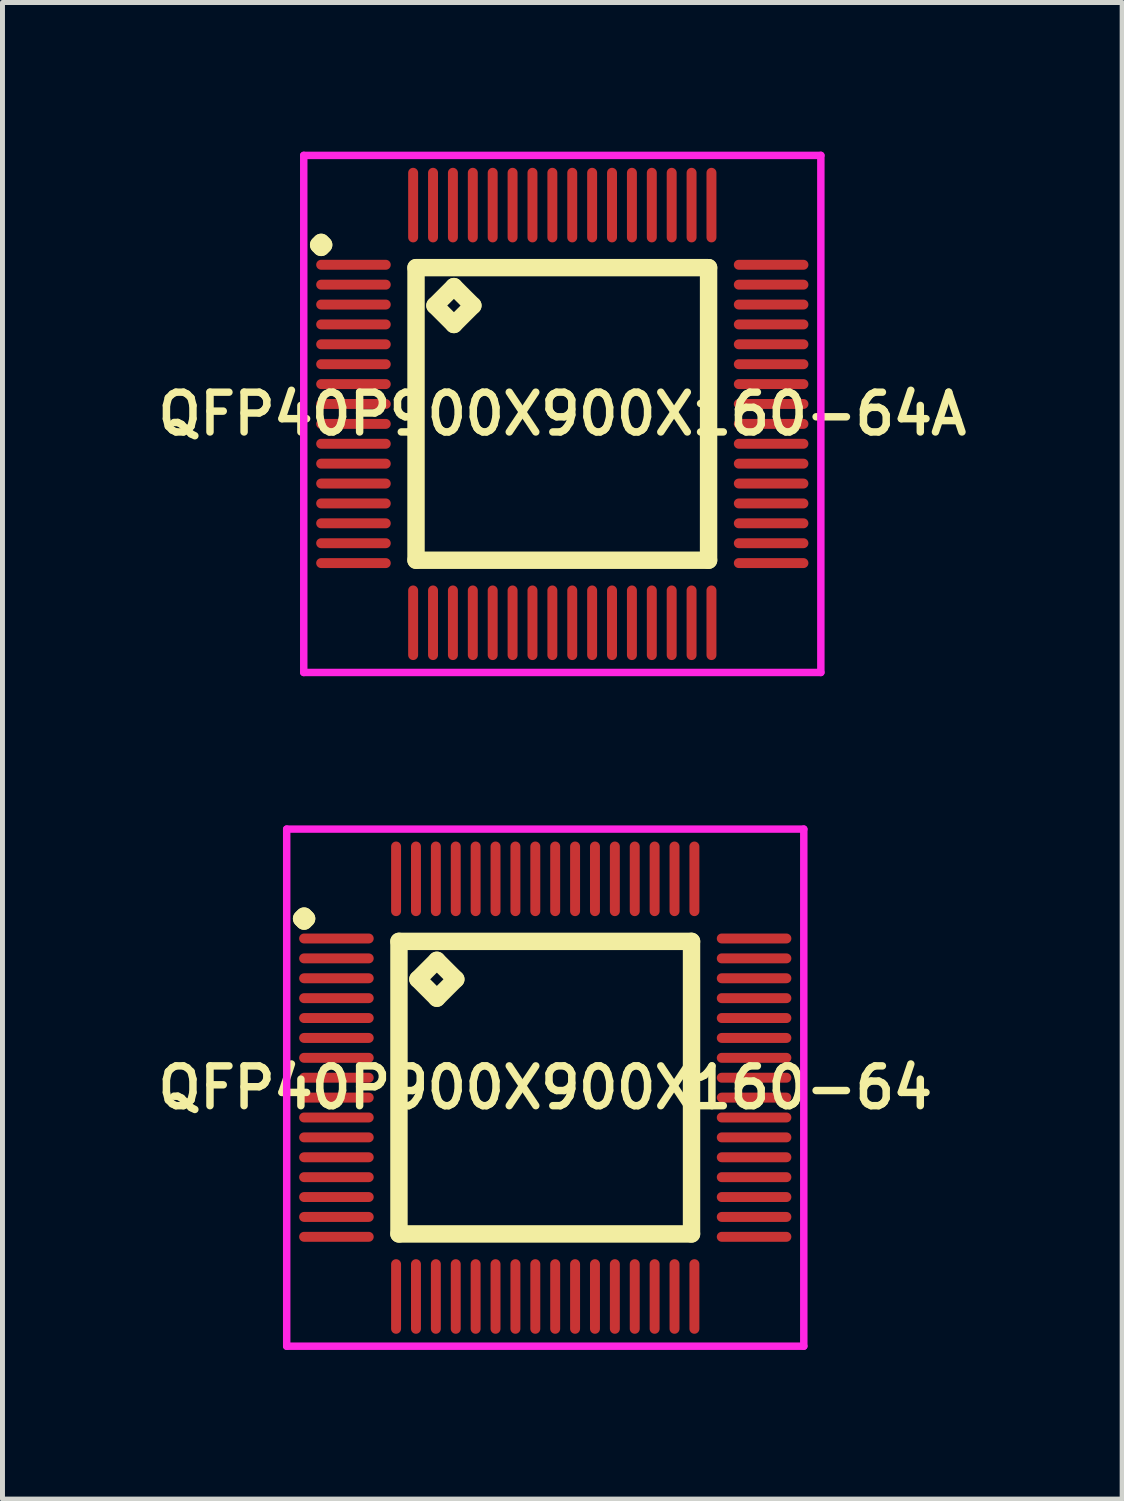
<source format=kicad_pcb>
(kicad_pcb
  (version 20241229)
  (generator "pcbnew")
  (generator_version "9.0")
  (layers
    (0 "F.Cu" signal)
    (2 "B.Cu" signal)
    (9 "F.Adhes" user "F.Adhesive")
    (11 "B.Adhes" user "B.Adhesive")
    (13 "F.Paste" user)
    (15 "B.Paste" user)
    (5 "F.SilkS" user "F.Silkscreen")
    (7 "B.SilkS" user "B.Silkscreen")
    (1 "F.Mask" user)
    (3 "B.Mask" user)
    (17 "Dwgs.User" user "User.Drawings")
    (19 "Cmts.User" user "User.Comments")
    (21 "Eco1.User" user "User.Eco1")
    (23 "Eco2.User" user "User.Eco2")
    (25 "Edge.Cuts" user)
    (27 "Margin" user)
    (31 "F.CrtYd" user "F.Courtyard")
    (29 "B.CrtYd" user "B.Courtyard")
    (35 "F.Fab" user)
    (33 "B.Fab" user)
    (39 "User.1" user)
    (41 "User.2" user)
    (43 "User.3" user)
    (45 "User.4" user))
  (footprint "QFP40P900X900X160-64A"
    (layer "F.Cu")
    (at 8.259 5.275)
    (property "Reference" "QFP40P900X900X160-64A" (at 0 0 0) (layer "F.SilkS") (effects (font (size 0.8 0.8) (thickness 0.15))))
    (attr smd)
    (fp_line (start -4.9 -3.4) (end -4.85 -3.45) (stroke (width 0.35) (type solid)) (layer "F.SilkS"))
    (fp_line (start -4.85 -3.45) (end -4.8 -3.4) (stroke (width 0.35) (type solid)) (layer "F.SilkS"))
    (fp_line (start -4.85 -3.35) (end -4.9 -3.4) (stroke (width 0.35) (type solid)) (layer "F.SilkS"))
    (fp_line (start -4.8 -3.4) (end -4.85 -3.35) (stroke (width 0.35) (type solid)) (layer "F.SilkS"))
    (fp_line (start -2.942 -2.942) (end -2.942 2.942) (stroke (width 0.35) (type solid)) (layer "F.SilkS"))
    (fp_line (start -2.942 2.942) (end 2.942 2.942) (stroke (width 0.35) (type solid)) (layer "F.SilkS"))
    (fp_line (start -2.561 -2.18) (end -2.18 -2.561) (stroke (width 0.35) (type solid)) (layer "F.SilkS"))
    (fp_line (start -2.18 -2.561) (end -1.799 -2.18) (stroke (width 0.35) (type solid)) (layer "F.SilkS"))
    (fp_line (start -2.18 -1.799) (end -2.561 -2.18) (stroke (width 0.35) (type solid)) (layer "F.SilkS"))
    (fp_line (start -1.799 -2.18) (end -2.18 -1.799) (stroke (width 0.35) (type solid)) (layer "F.SilkS"))
    (fp_line (start 2.942 -2.942) (end -2.942 -2.942) (stroke (width 0.35) (type solid)) (layer "F.SilkS"))
    (fp_line (start 2.942 2.942) (end 2.942 -2.942) (stroke (width 0.35) (type solid)) (layer "F.SilkS"))
    (fp_line (start -5.2 -5.2) (end 5.2 -5.2) (stroke (width 0.15) (type solid)) (layer "F.CrtYd"))
    (fp_line (start -5.2 5.2) (end -5.2 -5.2) (stroke (width 0.15) (type solid)) (layer "F.CrtYd"))
    (fp_line (start 5.2 -5.2) (end 5.2 5.2) (stroke (width 0.15) (type solid)) (layer "F.CrtYd"))
    (fp_line (start 5.2 5.2) (end -5.2 5.2) (stroke (width 0.15) (type solid)) (layer "F.CrtYd"))
    (pad "1" smd oval (at -4.2 -3) (size 1.5 0.2) (layers "F.Cu" "F.Mask" "F.Paste"))
    (pad "2" smd oval (at -4.2 -2.6) (size 1.5 0.2) (layers "F.Cu" "F.Mask" "F.Paste"))
    (pad "3" smd oval (at -4.2 -2.2) (size 1.5 0.2) (layers "F.Cu" "F.Mask" "F.Paste"))
    (pad "4" smd oval (at -4.2 -1.8) (size 1.5 0.2) (layers "F.Cu" "F.Mask" "F.Paste"))
    (pad "5" smd oval (at -4.2 -1.4) (size 1.5 0.2) (layers "F.Cu" "F.Mask" "F.Paste"))
    (pad "6" smd oval (at -4.2 -1) (size 1.5 0.2) (layers "F.Cu" "F.Mask" "F.Paste"))
    (pad "7" smd oval (at -4.2 -0.6) (size 1.5 0.2) (layers "F.Cu" "F.Mask" "F.Paste"))
    (pad "8" smd oval (at -4.2 -0.2) (size 1.5 0.2) (layers "F.Cu" "F.Mask" "F.Paste"))
    (pad "9" smd oval (at -4.2 0.2) (size 1.5 0.2) (layers "F.Cu" "F.Mask" "F.Paste"))
    (pad "10" smd oval (at -4.2 0.6) (size 1.5 0.2) (layers "F.Cu" "F.Mask" "F.Paste"))
    (pad "11" smd oval (at -4.2 1) (size 1.5 0.2) (layers "F.Cu" "F.Mask" "F.Paste"))
    (pad "12" smd oval (at -4.2 1.4) (size 1.5 0.2) (layers "F.Cu" "F.Mask" "F.Paste"))
    (pad "13" smd oval (at -4.2 1.8) (size 1.5 0.2) (layers "F.Cu" "F.Mask" "F.Paste"))
    (pad "14" smd oval (at -4.2 2.2) (size 1.5 0.2) (layers "F.Cu" "F.Mask" "F.Paste"))
    (pad "15" smd oval (at -4.2 2.6) (size 1.5 0.2) (layers "F.Cu" "F.Mask" "F.Paste"))
    (pad "16" smd oval (at -4.2 3) (size 1.5 0.2) (layers "F.Cu" "F.Mask" "F.Paste"))
    (pad "17" smd oval (at -3 4.2) (size 0.2 1.5) (layers "F.Cu" "F.Mask" "F.Paste"))
    (pad "18" smd oval (at -2.6 4.2) (size 0.2 1.5) (layers "F.Cu" "F.Mask" "F.Paste"))
    (pad "19" smd oval (at -2.2 4.2) (size 0.2 1.5) (layers "F.Cu" "F.Mask" "F.Paste"))
    (pad "20" smd oval (at -1.8 4.2) (size 0.2 1.5) (layers "F.Cu" "F.Mask" "F.Paste"))
    (pad "21" smd oval (at -1.4 4.2) (size 0.2 1.5) (layers "F.Cu" "F.Mask" "F.Paste"))
    (pad "22" smd oval (at -1 4.2) (size 0.2 1.5) (layers "F.Cu" "F.Mask" "F.Paste"))
    (pad "23" smd oval (at -0.6 4.2) (size 0.2 1.5) (layers "F.Cu" "F.Mask" "F.Paste"))
    (pad "24" smd oval (at -0.2 4.2) (size 0.2 1.5) (layers "F.Cu" "F.Mask" "F.Paste"))
    (pad "25" smd oval (at 0.2 4.2) (size 0.2 1.5) (layers "F.Cu" "F.Mask" "F.Paste"))
    (pad "26" smd oval (at 0.6 4.2) (size 0.2 1.5) (layers "F.Cu" "F.Mask" "F.Paste"))
    (pad "27" smd oval (at 1 4.2) (size 0.2 1.5) (layers "F.Cu" "F.Mask" "F.Paste"))
    (pad "28" smd oval (at 1.4 4.2) (size 0.2 1.5) (layers "F.Cu" "F.Mask" "F.Paste"))
    (pad "29" smd oval (at 1.8 4.2) (size 0.2 1.5) (layers "F.Cu" "F.Mask" "F.Paste"))
    (pad "30" smd oval (at 2.2 4.2) (size 0.2 1.5) (layers "F.Cu" "F.Mask" "F.Paste"))
    (pad "31" smd oval (at 2.6 4.2) (size 0.2 1.5) (layers "F.Cu" "F.Mask" "F.Paste"))
    (pad "32" smd oval (at 3 4.2) (size 0.2 1.5) (layers "F.Cu" "F.Mask" "F.Paste"))
    (pad "33" smd oval (at 4.2 3) (size 1.5 0.2) (layers "F.Cu" "F.Mask" "F.Paste"))
    (pad "34" smd oval (at 4.2 2.6) (size 1.5 0.2) (layers "F.Cu" "F.Mask" "F.Paste"))
    (pad "35" smd oval (at 4.2 2.2) (size 1.5 0.2) (layers "F.Cu" "F.Mask" "F.Paste"))
    (pad "36" smd oval (at 4.2 1.8) (size 1.5 0.2) (layers "F.Cu" "F.Mask" "F.Paste"))
    (pad "37" smd oval (at 4.2 1.4) (size 1.5 0.2) (layers "F.Cu" "F.Mask" "F.Paste"))
    (pad "38" smd oval (at 4.2 1) (size 1.5 0.2) (layers "F.Cu" "F.Mask" "F.Paste"))
    (pad "39" smd oval (at 4.2 0.6) (size 1.5 0.2) (layers "F.Cu" "F.Mask" "F.Paste"))
    (pad "40" smd oval (at 4.2 0.2) (size 1.5 0.2) (layers "F.Cu" "F.Mask" "F.Paste"))
    (pad "41" smd oval (at 4.2 -0.2) (size 1.5 0.2) (layers "F.Cu" "F.Mask" "F.Paste"))
    (pad "42" smd oval (at 4.2 -0.6) (size 1.5 0.2) (layers "F.Cu" "F.Mask" "F.Paste"))
    (pad "43" smd oval (at 4.2 -1) (size 1.5 0.2) (layers "F.Cu" "F.Mask" "F.Paste"))
    (pad "44" smd oval (at 4.2 -1.4) (size 1.5 0.2) (layers "F.Cu" "F.Mask" "F.Paste"))
    (pad "45" smd oval (at 4.2 -1.8) (size 1.5 0.2) (layers "F.Cu" "F.Mask" "F.Paste"))
    (pad "46" smd oval (at 4.2 -2.2) (size 1.5 0.2) (layers "F.Cu" "F.Mask" "F.Paste"))
    (pad "47" smd oval (at 4.2 -2.6) (size 1.5 0.2) (layers "F.Cu" "F.Mask" "F.Paste"))
    (pad "48" smd oval (at 4.2 -3) (size 1.5 0.2) (layers "F.Cu" "F.Mask" "F.Paste"))
    (pad "49" smd oval (at 3 -4.2) (size 0.2 1.5) (layers "F.Cu" "F.Mask" "F.Paste"))
    (pad "50" smd oval (at 2.6 -4.2) (size 0.2 1.5) (layers "F.Cu" "F.Mask" "F.Paste"))
    (pad "51" smd oval (at 2.2 -4.2) (size 0.2 1.5) (layers "F.Cu" "F.Mask" "F.Paste"))
    (pad "52" smd oval (at 1.8 -4.2) (size 0.2 1.5) (layers "F.Cu" "F.Mask" "F.Paste"))
    (pad "53" smd oval (at 1.4 -4.2) (size 0.2 1.5) (layers "F.Cu" "F.Mask" "F.Paste"))
    (pad "54" smd oval (at 1 -4.2) (size 0.2 1.5) (layers "F.Cu" "F.Mask" "F.Paste"))
    (pad "55" smd oval (at 0.6 -4.2) (size 0.2 1.5) (layers "F.Cu" "F.Mask" "F.Paste"))
    (pad "56" smd oval (at 0.2 -4.2) (size 0.2 1.5) (layers "F.Cu" "F.Mask" "F.Paste"))
    (pad "57" smd oval (at -0.2 -4.2) (size 0.2 1.5) (layers "F.Cu" "F.Mask" "F.Paste"))
    (pad "58" smd oval (at -0.6 -4.2) (size 0.2 1.5) (layers "F.Cu" "F.Mask" "F.Paste"))
    (pad "59" smd oval (at -1 -4.2) (size 0.2 1.5) (layers "F.Cu" "F.Mask" "F.Paste"))
    (pad "60" smd oval (at -1.4 -4.2) (size 0.2 1.5) (layers "F.Cu" "F.Mask" "F.Paste"))
    (pad "61" smd oval (at -1.8 -4.2) (size 0.2 1.5) (layers "F.Cu" "F.Mask" "F.Paste"))
    (pad "62" smd oval (at -2.2 -4.2) (size 0.2 1.5) (layers "F.Cu" "F.Mask" "F.Paste"))
    (pad "63" smd oval (at -2.6 -4.2) (size 0.2 1.5) (layers "F.Cu" "F.Mask" "F.Paste"))
    (pad "64" smd oval (at -3 -4.2) (size 0.2 1.5) (layers "F.Cu" "F.Mask" "F.Paste")))
  (footprint "QFP40P900X900X160-64"
    (layer "F.Cu")
    (at 7.916 18.825)
    (property "Reference" "QFP40P900X900X160-64" (at 0 0 0) (layer "F.SilkS") (effects (font (size 0.8 0.8) (thickness 0.15))))
    (attr smd)
    (fp_line (start -4.9 -3.4) (end -4.85 -3.45) (stroke (width 0.35) (type solid)) (layer "F.SilkS"))
    (fp_line (start -4.85 -3.45) (end -4.8 -3.4) (stroke (width 0.35) (type solid)) (layer "F.SilkS"))
    (fp_line (start -4.85 -3.35) (end -4.9 -3.4) (stroke (width 0.35) (type solid)) (layer "F.SilkS"))
    (fp_line (start -4.8 -3.4) (end -4.85 -3.35) (stroke (width 0.35) (type solid)) (layer "F.SilkS"))
    (fp_line (start -2.942 -2.942) (end -2.942 2.942) (stroke (width 0.35) (type solid)) (layer "F.SilkS"))
    (fp_line (start -2.942 2.942) (end 2.942 2.942) (stroke (width 0.35) (type solid)) (layer "F.SilkS"))
    (fp_line (start -2.561 -2.18) (end -2.18 -2.561) (stroke (width 0.35) (type solid)) (layer "F.SilkS"))
    (fp_line (start -2.18 -2.561) (end -1.799 -2.18) (stroke (width 0.35) (type solid)) (layer "F.SilkS"))
    (fp_line (start -2.18 -1.799) (end -2.561 -2.18) (stroke (width 0.35) (type solid)) (layer "F.SilkS"))
    (fp_line (start -1.799 -2.18) (end -2.18 -1.799) (stroke (width 0.35) (type solid)) (layer "F.SilkS"))
    (fp_line (start 2.942 -2.942) (end -2.942 -2.942) (stroke (width 0.35) (type solid)) (layer "F.SilkS"))
    (fp_line (start 2.942 2.942) (end 2.942 -2.942) (stroke (width 0.35) (type solid)) (layer "F.SilkS"))
    (fp_line (start -5.2 -5.2) (end 5.2 -5.2) (stroke (width 0.15) (type solid)) (layer "F.CrtYd"))
    (fp_line (start -5.2 5.2) (end -5.2 -5.2) (stroke (width 0.15) (type solid)) (layer "F.CrtYd"))
    (fp_line (start 5.2 -5.2) (end 5.2 5.2) (stroke (width 0.15) (type solid)) (layer "F.CrtYd"))
    (fp_line (start 5.2 5.2) (end -5.2 5.2) (stroke (width 0.15) (type solid)) (layer "F.CrtYd"))
    (pad "1" smd oval (at -4.2 -3) (size 1.5 0.2) (layers "F.Cu" "F.Mask" "F.Paste"))
    (pad "2" smd oval (at -4.2 -2.6) (size 1.5 0.2) (layers "F.Cu" "F.Mask" "F.Paste"))
    (pad "3" smd oval (at -4.2 -2.2) (size 1.5 0.2) (layers "F.Cu" "F.Mask" "F.Paste"))
    (pad "4" smd oval (at -4.2 -1.8) (size 1.5 0.2) (layers "F.Cu" "F.Mask" "F.Paste"))
    (pad "5" smd oval (at -4.2 -1.4) (size 1.5 0.2) (layers "F.Cu" "F.Mask" "F.Paste"))
    (pad "6" smd oval (at -4.2 -1) (size 1.5 0.2) (layers "F.Cu" "F.Mask" "F.Paste"))
    (pad "7" smd oval (at -4.2 -0.6) (size 1.5 0.2) (layers "F.Cu" "F.Mask" "F.Paste"))
    (pad "8" smd oval (at -4.2 -0.2) (size 1.5 0.2) (layers "F.Cu" "F.Mask" "F.Paste"))
    (pad "9" smd oval (at -4.2 0.2) (size 1.5 0.2) (layers "F.Cu" "F.Mask" "F.Paste"))
    (pad "10" smd oval (at -4.2 0.6) (size 1.5 0.2) (layers "F.Cu" "F.Mask" "F.Paste"))
    (pad "11" smd oval (at -4.2 1) (size 1.5 0.2) (layers "F.Cu" "F.Mask" "F.Paste"))
    (pad "12" smd oval (at -4.2 1.4) (size 1.5 0.2) (layers "F.Cu" "F.Mask" "F.Paste"))
    (pad "13" smd oval (at -4.2 1.8) (size 1.5 0.2) (layers "F.Cu" "F.Mask" "F.Paste"))
    (pad "14" smd oval (at -4.2 2.2) (size 1.5 0.2) (layers "F.Cu" "F.Mask" "F.Paste"))
    (pad "15" smd oval (at -4.2 2.6) (size 1.5 0.2) (layers "F.Cu" "F.Mask" "F.Paste"))
    (pad "16" smd oval (at -4.2 3) (size 1.5 0.2) (layers "F.Cu" "F.Mask" "F.Paste"))
    (pad "17" smd oval (at -3 4.2) (size 0.2 1.5) (layers "F.Cu" "F.Mask" "F.Paste"))
    (pad "18" smd oval (at -2.6 4.2) (size 0.2 1.5) (layers "F.Cu" "F.Mask" "F.Paste"))
    (pad "19" smd oval (at -2.2 4.2) (size 0.2 1.5) (layers "F.Cu" "F.Mask" "F.Paste"))
    (pad "20" smd oval (at -1.8 4.2) (size 0.2 1.5) (layers "F.Cu" "F.Mask" "F.Paste"))
    (pad "21" smd oval (at -1.4 4.2) (size 0.2 1.5) (layers "F.Cu" "F.Mask" "F.Paste"))
    (pad "22" smd oval (at -1 4.2) (size 0.2 1.5) (layers "F.Cu" "F.Mask" "F.Paste"))
    (pad "23" smd oval (at -0.6 4.2) (size 0.2 1.5) (layers "F.Cu" "F.Mask" "F.Paste"))
    (pad "24" smd oval (at -0.2 4.2) (size 0.2 1.5) (layers "F.Cu" "F.Mask" "F.Paste"))
    (pad "25" smd oval (at 0.2 4.2) (size 0.2 1.5) (layers "F.Cu" "F.Mask" "F.Paste"))
    (pad "26" smd oval (at 0.6 4.2) (size 0.2 1.5) (layers "F.Cu" "F.Mask" "F.Paste"))
    (pad "27" smd oval (at 1 4.2) (size 0.2 1.5) (layers "F.Cu" "F.Mask" "F.Paste"))
    (pad "28" smd oval (at 1.4 4.2) (size 0.2 1.5) (layers "F.Cu" "F.Mask" "F.Paste"))
    (pad "29" smd oval (at 1.8 4.2) (size 0.2 1.5) (layers "F.Cu" "F.Mask" "F.Paste"))
    (pad "30" smd oval (at 2.2 4.2) (size 0.2 1.5) (layers "F.Cu" "F.Mask" "F.Paste"))
    (pad "31" smd oval (at 2.6 4.2) (size 0.2 1.5) (layers "F.Cu" "F.Mask" "F.Paste"))
    (pad "32" smd oval (at 3 4.2) (size 0.2 1.5) (layers "F.Cu" "F.Mask" "F.Paste"))
    (pad "33" smd oval (at 4.2 3) (size 1.5 0.2) (layers "F.Cu" "F.Mask" "F.Paste"))
    (pad "34" smd oval (at 4.2 2.6) (size 1.5 0.2) (layers "F.Cu" "F.Mask" "F.Paste"))
    (pad "35" smd oval (at 4.2 2.2) (size 1.5 0.2) (layers "F.Cu" "F.Mask" "F.Paste"))
    (pad "36" smd oval (at 4.2 1.8) (size 1.5 0.2) (layers "F.Cu" "F.Mask" "F.Paste"))
    (pad "37" smd oval (at 4.2 1.4) (size 1.5 0.2) (layers "F.Cu" "F.Mask" "F.Paste"))
    (pad "38" smd oval (at 4.2 1) (size 1.5 0.2) (layers "F.Cu" "F.Mask" "F.Paste"))
    (pad "39" smd oval (at 4.2 0.6) (size 1.5 0.2) (layers "F.Cu" "F.Mask" "F.Paste"))
    (pad "40" smd oval (at 4.2 0.2) (size 1.5 0.2) (layers "F.Cu" "F.Mask" "F.Paste"))
    (pad "41" smd oval (at 4.2 -0.2) (size 1.5 0.2) (layers "F.Cu" "F.Mask" "F.Paste"))
    (pad "42" smd oval (at 4.2 -0.6) (size 1.5 0.2) (layers "F.Cu" "F.Mask" "F.Paste"))
    (pad "43" smd oval (at 4.2 -1) (size 1.5 0.2) (layers "F.Cu" "F.Mask" "F.Paste"))
    (pad "44" smd oval (at 4.2 -1.4) (size 1.5 0.2) (layers "F.Cu" "F.Mask" "F.Paste"))
    (pad "45" smd oval (at 4.2 -1.8) (size 1.5 0.2) (layers "F.Cu" "F.Mask" "F.Paste"))
    (pad "46" smd oval (at 4.2 -2.2) (size 1.5 0.2) (layers "F.Cu" "F.Mask" "F.Paste"))
    (pad "47" smd oval (at 4.2 -2.6) (size 1.5 0.2) (layers "F.Cu" "F.Mask" "F.Paste"))
    (pad "48" smd oval (at 4.2 -3) (size 1.5 0.2) (layers "F.Cu" "F.Mask" "F.Paste"))
    (pad "49" smd oval (at 3 -4.2) (size 0.2 1.5) (layers "F.Cu" "F.Mask" "F.Paste"))
    (pad "50" smd oval (at 2.6 -4.2) (size 0.2 1.5) (layers "F.Cu" "F.Mask" "F.Paste"))
    (pad "51" smd oval (at 2.2 -4.2) (size 0.2 1.5) (layers "F.Cu" "F.Mask" "F.Paste"))
    (pad "52" smd oval (at 1.8 -4.2) (size 0.2 1.5) (layers "F.Cu" "F.Mask" "F.Paste"))
    (pad "53" smd oval (at 1.4 -4.2) (size 0.2 1.5) (layers "F.Cu" "F.Mask" "F.Paste"))
    (pad "54" smd oval (at 1 -4.2) (size 0.2 1.5) (layers "F.Cu" "F.Mask" "F.Paste"))
    (pad "55" smd oval (at 0.6 -4.2) (size 0.2 1.5) (layers "F.Cu" "F.Mask" "F.Paste"))
    (pad "56" smd oval (at 0.2 -4.2) (size 0.2 1.5) (layers "F.Cu" "F.Mask" "F.Paste"))
    (pad "57" smd oval (at -0.2 -4.2) (size 0.2 1.5) (layers "F.Cu" "F.Mask" "F.Paste"))
    (pad "58" smd oval (at -0.6 -4.2) (size 0.2 1.5) (layers "F.Cu" "F.Mask" "F.Paste"))
    (pad "59" smd oval (at -1 -4.2) (size 0.2 1.5) (layers "F.Cu" "F.Mask" "F.Paste"))
    (pad "60" smd oval (at -1.4 -4.2) (size 0.2 1.5) (layers "F.Cu" "F.Mask" "F.Paste"))
    (pad "61" smd oval (at -1.8 -4.2) (size 0.2 1.5) (layers "F.Cu" "F.Mask" "F.Paste"))
    (pad "62" smd oval (at -2.2 -4.2) (size 0.2 1.5) (layers "F.Cu" "F.Mask" "F.Paste"))
    (pad "63" smd oval (at -2.6 -4.2) (size 0.2 1.5) (layers "F.Cu" "F.Mask" "F.Paste"))
    (pad "64" smd oval (at -3 -4.2) (size 0.2 1.5) (layers "F.Cu" "F.Mask" "F.Paste")))
  (gr_rect
    (start -3 -3)
    (end 19.519 27.1)
    (stroke (width 0.1) (type default))
    (fill no)
    (layer "Edge.Cuts")))
</source>
